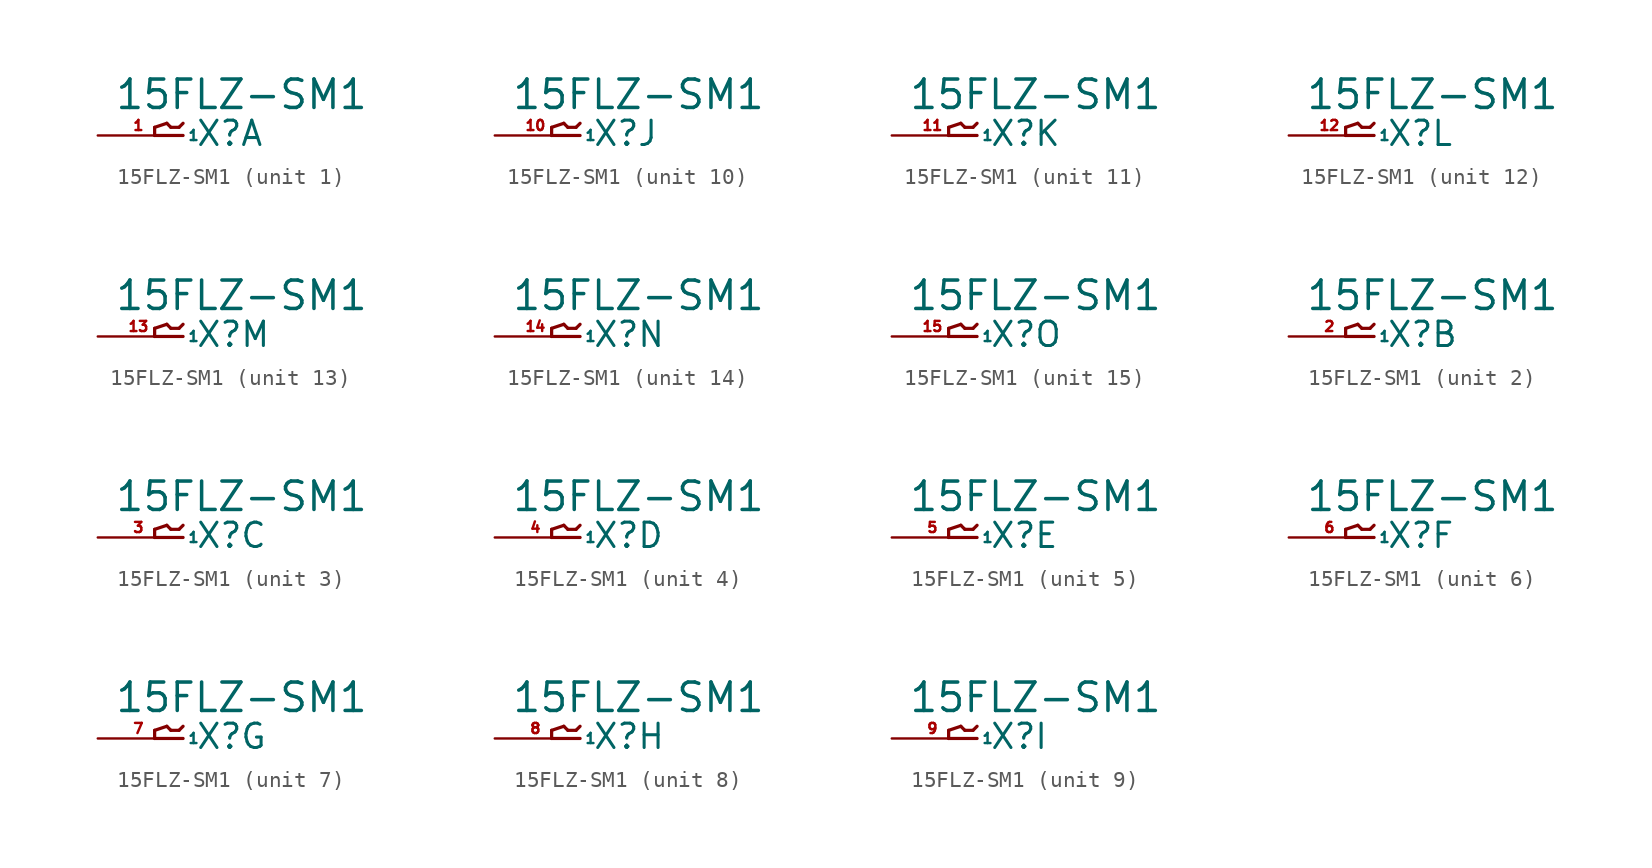
<source format=kicad_sym>
(kicad_symbol_lib
  (version 20220914)
  (generator Eagle2Kicad)
  (symbol "15FLZ-SM1"
    (property "Reference" "X"
      (at 1.016 -0.762 0)
      (effects (font (size 1.524 1.524) (thickness 0.19)) (justify left bottom)))
    (property "Value" "15FLZ-SM1"
      (at -4.064 1.524 0)
      (effects (font (size 1.778 1.778) (thickness 0.22)) (justify left bottom)))
    (symbol "15FLZ-SM1_1_0"
      (polyline (pts (xy 0.254 0) (xy -1.524 0)) (stroke (width 0.203) (type default)) (fill (type none)))
      (polyline (pts (xy -1.524 0) (xy -1.524 0.508)) (stroke (width 0.203) (type default)) (fill (type none)))
      (polyline (pts (xy -1.524 0.508) (xy -0.762 0.762)) (stroke (width 0.203) (type default)) (fill (type none)))
      (polyline (pts (xy -0.762 0.762) (xy -0.508 0.508)) (stroke (width 0.203) (type default)) (fill (type none)))
      (polyline (pts (xy -0.508 0.508) (xy 0 0.508)) (stroke (width 0.203) (type default)) (fill (type none)))
      (polyline (pts (xy 0 0.508) (xy 0.254 0.762)) (stroke (width 0.203) (type default)) (fill (type none)))
      (pin passive line (at -5.08 0 0) (length 5.08) (name "1" (effects (font (size 0.635 0.635) (thickness 0.08)) (justify left bottom))) (number "1" (effects (font (size 0.635 0.635) (thickness 0.08)) (justify left bottom)))))
    (symbol "15FLZ-SM1_2_0"
      (polyline (pts (xy 0.254 0) (xy -1.524 0)) (stroke (width 0.203) (type default)) (fill (type none)))
      (polyline (pts (xy -1.524 0) (xy -1.524 0.508)) (stroke (width 0.203) (type default)) (fill (type none)))
      (polyline (pts (xy -1.524 0.508) (xy -0.762 0.762)) (stroke (width 0.203) (type default)) (fill (type none)))
      (polyline (pts (xy -0.762 0.762) (xy -0.508 0.508)) (stroke (width 0.203) (type default)) (fill (type none)))
      (polyline (pts (xy -0.508 0.508) (xy 0 0.508)) (stroke (width 0.203) (type default)) (fill (type none)))
      (polyline (pts (xy 0 0.508) (xy 0.254 0.762)) (stroke (width 0.203) (type default)) (fill (type none)))
      (pin passive line (at -5.08 0 0) (length 5.08) (name "1" (effects (font (size 0.635 0.635) (thickness 0.08)) (justify left bottom))) (number "2" (effects (font (size 0.635 0.635) (thickness 0.08)) (justify left bottom)))))
    (symbol "15FLZ-SM1_3_0"
      (polyline (pts (xy 0.254 0) (xy -1.524 0)) (stroke (width 0.203) (type default)) (fill (type none)))
      (polyline (pts (xy -1.524 0) (xy -1.524 0.508)) (stroke (width 0.203) (type default)) (fill (type none)))
      (polyline (pts (xy -1.524 0.508) (xy -0.762 0.762)) (stroke (width 0.203) (type default)) (fill (type none)))
      (polyline (pts (xy -0.762 0.762) (xy -0.508 0.508)) (stroke (width 0.203) (type default)) (fill (type none)))
      (polyline (pts (xy -0.508 0.508) (xy 0 0.508)) (stroke (width 0.203) (type default)) (fill (type none)))
      (polyline (pts (xy 0 0.508) (xy 0.254 0.762)) (stroke (width 0.203) (type default)) (fill (type none)))
      (pin passive line (at -5.08 0 0) (length 5.08) (name "1" (effects (font (size 0.635 0.635) (thickness 0.08)) (justify left bottom))) (number "3" (effects (font (size 0.635 0.635) (thickness 0.08)) (justify left bottom)))))
    (symbol "15FLZ-SM1_4_0"
      (polyline (pts (xy 0.254 0) (xy -1.524 0)) (stroke (width 0.203) (type default)) (fill (type none)))
      (polyline (pts (xy -1.524 0) (xy -1.524 0.508)) (stroke (width 0.203) (type default)) (fill (type none)))
      (polyline (pts (xy -1.524 0.508) (xy -0.762 0.762)) (stroke (width 0.203) (type default)) (fill (type none)))
      (polyline (pts (xy -0.762 0.762) (xy -0.508 0.508)) (stroke (width 0.203) (type default)) (fill (type none)))
      (polyline (pts (xy -0.508 0.508) (xy 0 0.508)) (stroke (width 0.203) (type default)) (fill (type none)))
      (polyline (pts (xy 0 0.508) (xy 0.254 0.762)) (stroke (width 0.203) (type default)) (fill (type none)))
      (pin passive line (at -5.08 0 0) (length 5.08) (name "1" (effects (font (size 0.635 0.635) (thickness 0.08)) (justify left bottom))) (number "4" (effects (font (size 0.635 0.635) (thickness 0.08)) (justify left bottom)))))
    (symbol "15FLZ-SM1_5_0"
      (polyline (pts (xy 0.254 0) (xy -1.524 0)) (stroke (width 0.203) (type default)) (fill (type none)))
      (polyline (pts (xy -1.524 0) (xy -1.524 0.508)) (stroke (width 0.203) (type default)) (fill (type none)))
      (polyline (pts (xy -1.524 0.508) (xy -0.762 0.762)) (stroke (width 0.203) (type default)) (fill (type none)))
      (polyline (pts (xy -0.762 0.762) (xy -0.508 0.508)) (stroke (width 0.203) (type default)) (fill (type none)))
      (polyline (pts (xy -0.508 0.508) (xy 0 0.508)) (stroke (width 0.203) (type default)) (fill (type none)))
      (polyline (pts (xy 0 0.508) (xy 0.254 0.762)) (stroke (width 0.203) (type default)) (fill (type none)))
      (pin passive line (at -5.08 0 0) (length 5.08) (name "1" (effects (font (size 0.635 0.635) (thickness 0.08)) (justify left bottom))) (number "5" (effects (font (size 0.635 0.635) (thickness 0.08)) (justify left bottom)))))
    (symbol "15FLZ-SM1_6_0"
      (polyline (pts (xy 0.254 0) (xy -1.524 0)) (stroke (width 0.203) (type default)) (fill (type none)))
      (polyline (pts (xy -1.524 0) (xy -1.524 0.508)) (stroke (width 0.203) (type default)) (fill (type none)))
      (polyline (pts (xy -1.524 0.508) (xy -0.762 0.762)) (stroke (width 0.203) (type default)) (fill (type none)))
      (polyline (pts (xy -0.762 0.762) (xy -0.508 0.508)) (stroke (width 0.203) (type default)) (fill (type none)))
      (polyline (pts (xy -0.508 0.508) (xy 0 0.508)) (stroke (width 0.203) (type default)) (fill (type none)))
      (polyline (pts (xy 0 0.508) (xy 0.254 0.762)) (stroke (width 0.203) (type default)) (fill (type none)))
      (pin passive line (at -5.08 0 0) (length 5.08) (name "1" (effects (font (size 0.635 0.635) (thickness 0.08)) (justify left bottom))) (number "6" (effects (font (size 0.635 0.635) (thickness 0.08)) (justify left bottom)))))
    (symbol "15FLZ-SM1_7_0"
      (polyline (pts (xy 0.254 0) (xy -1.524 0)) (stroke (width 0.203) (type default)) (fill (type none)))
      (polyline (pts (xy -1.524 0) (xy -1.524 0.508)) (stroke (width 0.203) (type default)) (fill (type none)))
      (polyline (pts (xy -1.524 0.508) (xy -0.762 0.762)) (stroke (width 0.203) (type default)) (fill (type none)))
      (polyline (pts (xy -0.762 0.762) (xy -0.508 0.508)) (stroke (width 0.203) (type default)) (fill (type none)))
      (polyline (pts (xy -0.508 0.508) (xy 0 0.508)) (stroke (width 0.203) (type default)) (fill (type none)))
      (polyline (pts (xy 0 0.508) (xy 0.254 0.762)) (stroke (width 0.203) (type default)) (fill (type none)))
      (pin passive line (at -5.08 0 0) (length 5.08) (name "1" (effects (font (size 0.635 0.635) (thickness 0.08)) (justify left bottom))) (number "7" (effects (font (size 0.635 0.635) (thickness 0.08)) (justify left bottom)))))
    (symbol "15FLZ-SM1_8_0"
      (polyline (pts (xy 0.254 0) (xy -1.524 0)) (stroke (width 0.203) (type default)) (fill (type none)))
      (polyline (pts (xy -1.524 0) (xy -1.524 0.508)) (stroke (width 0.203) (type default)) (fill (type none)))
      (polyline (pts (xy -1.524 0.508) (xy -0.762 0.762)) (stroke (width 0.203) (type default)) (fill (type none)))
      (polyline (pts (xy -0.762 0.762) (xy -0.508 0.508)) (stroke (width 0.203) (type default)) (fill (type none)))
      (polyline (pts (xy -0.508 0.508) (xy 0 0.508)) (stroke (width 0.203) (type default)) (fill (type none)))
      (polyline (pts (xy 0 0.508) (xy 0.254 0.762)) (stroke (width 0.203) (type default)) (fill (type none)))
      (pin passive line (at -5.08 0 0) (length 5.08) (name "1" (effects (font (size 0.635 0.635) (thickness 0.08)) (justify left bottom))) (number "8" (effects (font (size 0.635 0.635) (thickness 0.08)) (justify left bottom)))))
    (symbol "15FLZ-SM1_9_0"
      (polyline (pts (xy 0.254 0) (xy -1.524 0)) (stroke (width 0.203) (type default)) (fill (type none)))
      (polyline (pts (xy -1.524 0) (xy -1.524 0.508)) (stroke (width 0.203) (type default)) (fill (type none)))
      (polyline (pts (xy -1.524 0.508) (xy -0.762 0.762)) (stroke (width 0.203) (type default)) (fill (type none)))
      (polyline (pts (xy -0.762 0.762) (xy -0.508 0.508)) (stroke (width 0.203) (type default)) (fill (type none)))
      (polyline (pts (xy -0.508 0.508) (xy 0 0.508)) (stroke (width 0.203) (type default)) (fill (type none)))
      (polyline (pts (xy 0 0.508) (xy 0.254 0.762)) (stroke (width 0.203) (type default)) (fill (type none)))
      (pin passive line (at -5.08 0 0) (length 5.08) (name "1" (effects (font (size 0.635 0.635) (thickness 0.08)) (justify left bottom))) (number "9" (effects (font (size 0.635 0.635) (thickness 0.08)) (justify left bottom)))))
    (symbol "15FLZ-SM1_10_0"
      (polyline (pts (xy 0.254 0) (xy -1.524 0)) (stroke (width 0.203) (type default)) (fill (type none)))
      (polyline (pts (xy -1.524 0) (xy -1.524 0.508)) (stroke (width 0.203) (type default)) (fill (type none)))
      (polyline (pts (xy -1.524 0.508) (xy -0.762 0.762)) (stroke (width 0.203) (type default)) (fill (type none)))
      (polyline (pts (xy -0.762 0.762) (xy -0.508 0.508)) (stroke (width 0.203) (type default)) (fill (type none)))
      (polyline (pts (xy -0.508 0.508) (xy 0 0.508)) (stroke (width 0.203) (type default)) (fill (type none)))
      (polyline (pts (xy 0 0.508) (xy 0.254 0.762)) (stroke (width 0.203) (type default)) (fill (type none)))
      (pin passive line (at -5.08 0 0) (length 5.08) (name "1" (effects (font (size 0.635 0.635) (thickness 0.08)) (justify left bottom))) (number "10" (effects (font (size 0.635 0.635) (thickness 0.08)) (justify left bottom)))))
    (symbol "15FLZ-SM1_11_0"
      (polyline (pts (xy 0.254 0) (xy -1.524 0)) (stroke (width 0.203) (type default)) (fill (type none)))
      (polyline (pts (xy -1.524 0) (xy -1.524 0.508)) (stroke (width 0.203) (type default)) (fill (type none)))
      (polyline (pts (xy -1.524 0.508) (xy -0.762 0.762)) (stroke (width 0.203) (type default)) (fill (type none)))
      (polyline (pts (xy -0.762 0.762) (xy -0.508 0.508)) (stroke (width 0.203) (type default)) (fill (type none)))
      (polyline (pts (xy -0.508 0.508) (xy 0 0.508)) (stroke (width 0.203) (type default)) (fill (type none)))
      (polyline (pts (xy 0 0.508) (xy 0.254 0.762)) (stroke (width 0.203) (type default)) (fill (type none)))
      (pin passive line (at -5.08 0 0) (length 5.08) (name "1" (effects (font (size 0.635 0.635) (thickness 0.08)) (justify left bottom))) (number "11" (effects (font (size 0.635 0.635) (thickness 0.08)) (justify left bottom)))))
    (symbol "15FLZ-SM1_12_0"
      (polyline (pts (xy 0.254 0) (xy -1.524 0)) (stroke (width 0.203) (type default)) (fill (type none)))
      (polyline (pts (xy -1.524 0) (xy -1.524 0.508)) (stroke (width 0.203) (type default)) (fill (type none)))
      (polyline (pts (xy -1.524 0.508) (xy -0.762 0.762)) (stroke (width 0.203) (type default)) (fill (type none)))
      (polyline (pts (xy -0.762 0.762) (xy -0.508 0.508)) (stroke (width 0.203) (type default)) (fill (type none)))
      (polyline (pts (xy -0.508 0.508) (xy 0 0.508)) (stroke (width 0.203) (type default)) (fill (type none)))
      (polyline (pts (xy 0 0.508) (xy 0.254 0.762)) (stroke (width 0.203) (type default)) (fill (type none)))
      (pin passive line (at -5.08 0 0) (length 5.08) (name "1" (effects (font (size 0.635 0.635) (thickness 0.08)) (justify left bottom))) (number "12" (effects (font (size 0.635 0.635) (thickness 0.08)) (justify left bottom)))))
    (symbol "15FLZ-SM1_13_0"
      (polyline (pts (xy 0.254 0) (xy -1.524 0)) (stroke (width 0.203) (type default)) (fill (type none)))
      (polyline (pts (xy -1.524 0) (xy -1.524 0.508)) (stroke (width 0.203) (type default)) (fill (type none)))
      (polyline (pts (xy -1.524 0.508) (xy -0.762 0.762)) (stroke (width 0.203) (type default)) (fill (type none)))
      (polyline (pts (xy -0.762 0.762) (xy -0.508 0.508)) (stroke (width 0.203) (type default)) (fill (type none)))
      (polyline (pts (xy -0.508 0.508) (xy 0 0.508)) (stroke (width 0.203) (type default)) (fill (type none)))
      (polyline (pts (xy 0 0.508) (xy 0.254 0.762)) (stroke (width 0.203) (type default)) (fill (type none)))
      (pin passive line (at -5.08 0 0) (length 5.08) (name "1" (effects (font (size 0.635 0.635) (thickness 0.08)) (justify left bottom))) (number "13" (effects (font (size 0.635 0.635) (thickness 0.08)) (justify left bottom)))))
    (symbol "15FLZ-SM1_14_0"
      (polyline (pts (xy 0.254 0) (xy -1.524 0)) (stroke (width 0.203) (type default)) (fill (type none)))
      (polyline (pts (xy -1.524 0) (xy -1.524 0.508)) (stroke (width 0.203) (type default)) (fill (type none)))
      (polyline (pts (xy -1.524 0.508) (xy -0.762 0.762)) (stroke (width 0.203) (type default)) (fill (type none)))
      (polyline (pts (xy -0.762 0.762) (xy -0.508 0.508)) (stroke (width 0.203) (type default)) (fill (type none)))
      (polyline (pts (xy -0.508 0.508) (xy 0 0.508)) (stroke (width 0.203) (type default)) (fill (type none)))
      (polyline (pts (xy 0 0.508) (xy 0.254 0.762)) (stroke (width 0.203) (type default)) (fill (type none)))
      (pin passive line (at -5.08 0 0) (length 5.08) (name "1" (effects (font (size 0.635 0.635) (thickness 0.08)) (justify left bottom))) (number "14" (effects (font (size 0.635 0.635) (thickness 0.08)) (justify left bottom)))))
    (symbol "15FLZ-SM1_15_0"
      (polyline (pts (xy 0.254 0) (xy -1.524 0)) (stroke (width 0.203) (type default)) (fill (type none)))
      (polyline (pts (xy -1.524 0) (xy -1.524 0.508)) (stroke (width 0.203) (type default)) (fill (type none)))
      (polyline (pts (xy -1.524 0.508) (xy -0.762 0.762)) (stroke (width 0.203) (type default)) (fill (type none)))
      (polyline (pts (xy -0.762 0.762) (xy -0.508 0.508)) (stroke (width 0.203) (type default)) (fill (type none)))
      (polyline (pts (xy -0.508 0.508) (xy 0 0.508)) (stroke (width 0.203) (type default)) (fill (type none)))
      (polyline (pts (xy 0 0.508) (xy 0.254 0.762)) (stroke (width 0.203) (type default)) (fill (type none)))
      (pin passive line (at -5.08 0 0) (length 5.08) (name "1" (effects (font (size 0.635 0.635) (thickness 0.08)) (justify left bottom))) (number "15" (effects (font (size 0.635 0.635) (thickness 0.08)) (justify left bottom)))))))
</source>
